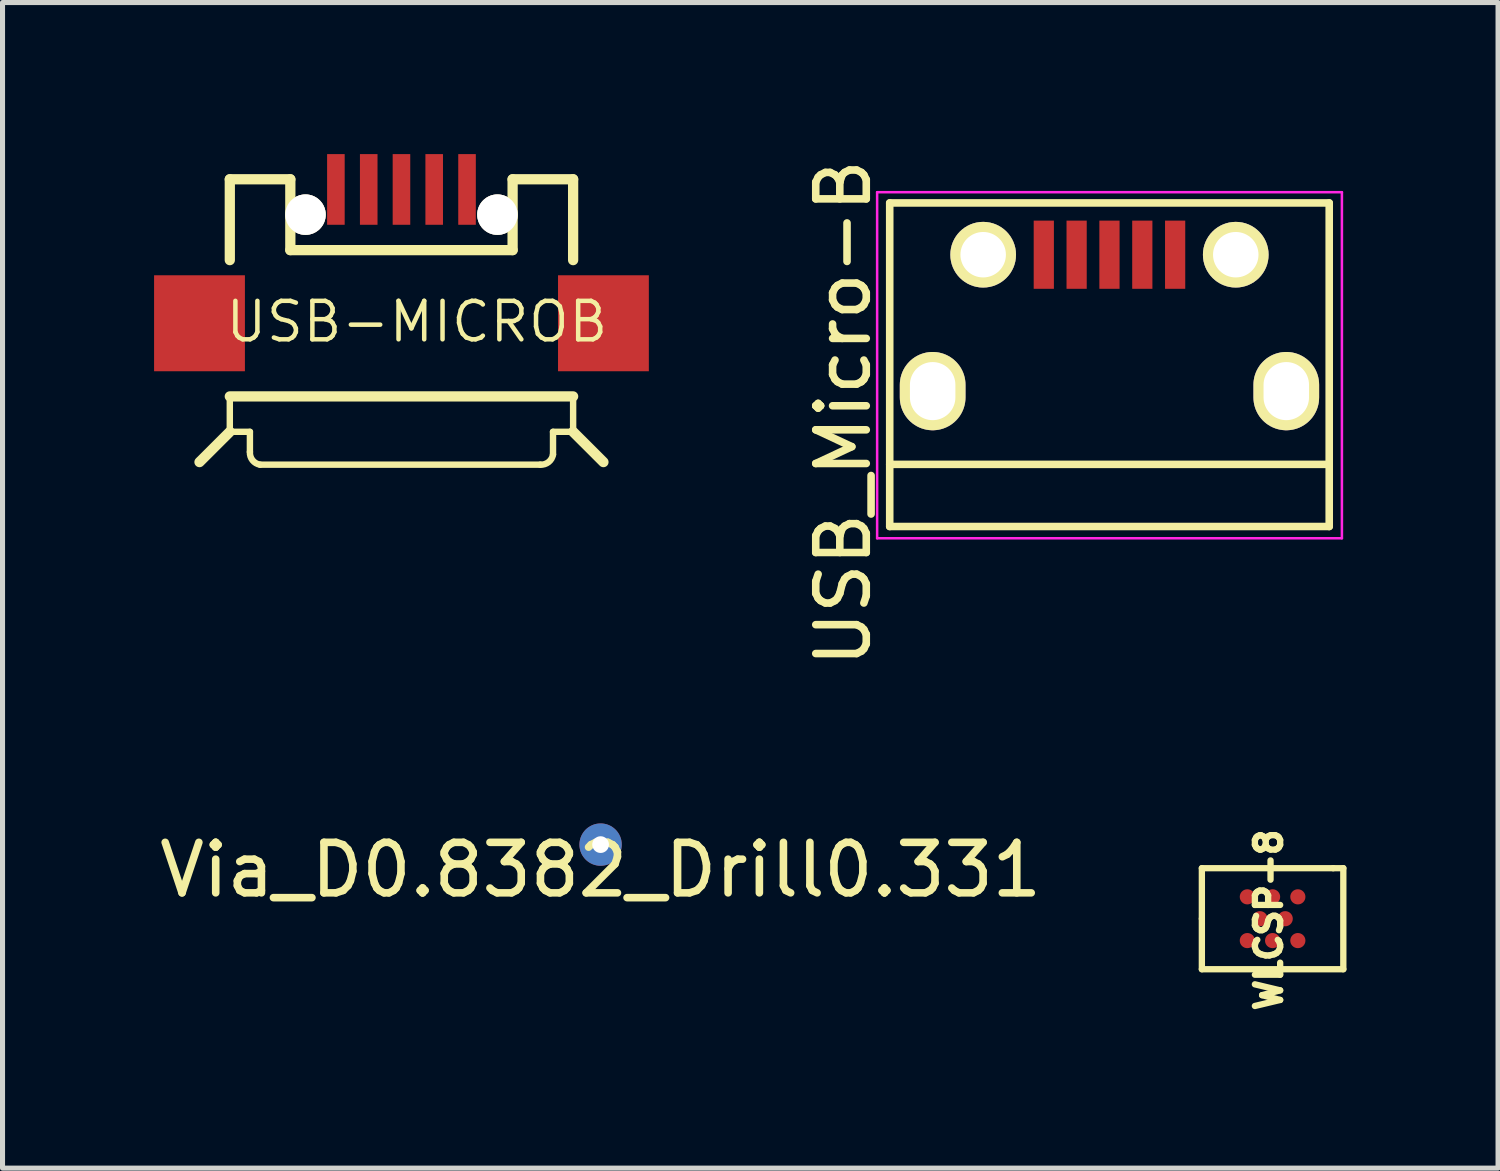
<source format=kicad_pcb>
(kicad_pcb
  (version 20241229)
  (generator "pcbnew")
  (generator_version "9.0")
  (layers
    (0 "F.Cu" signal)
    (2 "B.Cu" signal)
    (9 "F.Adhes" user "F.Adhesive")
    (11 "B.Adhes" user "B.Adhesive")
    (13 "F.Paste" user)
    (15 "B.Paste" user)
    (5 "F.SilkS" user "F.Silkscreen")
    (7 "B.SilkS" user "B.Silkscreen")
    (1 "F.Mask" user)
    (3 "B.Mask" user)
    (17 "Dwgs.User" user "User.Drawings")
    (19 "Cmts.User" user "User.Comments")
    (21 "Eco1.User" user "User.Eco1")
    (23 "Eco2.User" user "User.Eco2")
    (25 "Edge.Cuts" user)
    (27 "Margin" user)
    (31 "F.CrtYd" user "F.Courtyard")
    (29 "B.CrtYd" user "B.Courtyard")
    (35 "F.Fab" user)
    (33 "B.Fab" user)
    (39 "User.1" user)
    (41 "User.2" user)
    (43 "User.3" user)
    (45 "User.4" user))
  (footprint "USB-MICROB"
    (layer "F.Cu")
    (at 4.897 3.349)
    (property "Reference" "USB-MICROB" (at 0.305 -0.03 0) (layer "F.SilkS") (effects (font (size 0.762 0.762) (thickness 0.089))))
    (attr smd)
    (fp_line (start -3.398 -2.85) (end -2.2 -2.85) (stroke (width 0.127) (type solid)) (layer "F.SilkS"))
    (fp_line (start -3.398 -2.85) (end -2.2 -2.85) (stroke (width 0.203) (type solid)) (layer "F.SilkS"))
    (fp_line (start -3.398 -1.25) (end -3.398 -2.85) (stroke (width 0.203) (type solid)) (layer "F.SilkS"))
    (fp_line (start -3.398 1.448) (end 3.398 1.448) (stroke (width 0.127) (type solid)) (layer "F.SilkS"))
    (fp_line (start -3.398 1.448) (end 3.398 1.448) (stroke (width 0.203) (type solid)) (layer "F.SilkS"))
    (fp_line (start -3.398 2.149) (end -3.998 2.748) (stroke (width 0.203) (type solid)) (layer "F.SilkS"))
    (fp_line (start -3.398 2.149) (end -3.398 1.448) (stroke (width 0.127) (type solid)) (layer "F.SilkS"))
    (fp_line (start -3.398 2.149) (end -3 2.149) (stroke (width 0.127) (type solid)) (layer "F.SilkS"))
    (fp_line (start -3 2.149) (end -3 2.548) (stroke (width 0.127) (type solid)) (layer "F.SilkS"))
    (fp_line (start -2.799 2.799) (end 2.748 2.799) (stroke (width 0.127) (type solid)) (layer "F.SilkS"))
    (fp_line (start -2.2 -2.85) (end -2.2 -1.448) (stroke (width 0.203) (type solid)) (layer "F.SilkS"))
    (fp_line (start -2.2 -1.448) (end -2.2 -2.85) (stroke (width 0.127) (type solid)) (layer "F.SilkS"))
    (fp_line (start -2.2 -1.448) (end 2.2 -1.448) (stroke (width 0.127) (type solid)) (layer "F.SilkS"))
    (fp_line (start -2.2 -1.448) (end 2.2 -1.448) (stroke (width 0.203) (type solid)) (layer "F.SilkS"))
    (fp_line (start 2.2 -1.448) (end 2.2 -2.85) (stroke (width 0.127) (type solid)) (layer "F.SilkS"))
    (fp_line (start 2.2 -1.448) (end 2.2 -2.85) (stroke (width 0.203) (type solid)) (layer "F.SilkS"))
    (fp_line (start 3 2.149) (end 3.398 2.149) (stroke (width 0.127) (type solid)) (layer "F.SilkS"))
    (fp_line (start 3 2.598) (end 3 2.149) (stroke (width 0.127) (type solid)) (layer "F.SilkS"))
    (fp_line (start 3.398 -2.85) (end 2.2 -2.85) (stroke (width 0.127) (type solid)) (layer "F.SilkS"))
    (fp_line (start 3.398 -2.85) (end 2.2 -2.85) (stroke (width 0.203) (type solid)) (layer "F.SilkS"))
    (fp_line (start 3.398 -1.25) (end 3.398 -2.85) (stroke (width 0.203) (type solid)) (layer "F.SilkS"))
    (fp_line (start 3.398 1.448) (end 3.398 2.149) (stroke (width 0.127) (type solid)) (layer "F.SilkS"))
    (fp_line (start 3.398 2.149) (end 3.998 2.748) (stroke (width 0.203) (type solid)) (layer "F.SilkS"))
    (fp_arc (start -2.7991 2.7991) (mid -2.948015 2.712122) (end -2.999764 2.547614) (stroke (width 0.127) (type solid)) (layer "F.SilkS"))
    (fp_arc (start 2.9997 2.5984) (mid 2.912722 2.747315) (end 2.748214 2.799064) (stroke (width 0.127) (type solid)) (layer "F.SilkS"))
    (pad "1" smd rect (at -1.298 -2.649 90) (size 1.399 0.348) (layers "F.Cu" "F.Mask" "F.Paste"))
    (pad "2" smd rect (at -0.648 -2.649 90) (size 1.399 0.348) (layers "F.Cu" "F.Mask" "F.Paste"))
    (pad "3" smd rect (at 0 -2.649 90) (size 1.399 0.348) (layers "F.Cu" "F.Mask" "F.Paste"))
    (pad "4" smd rect (at 0.648 -2.649 90) (size 1.399 0.348) (layers "F.Cu" "F.Mask" "F.Paste"))
    (pad "5" smd rect (at 1.298 -2.649 90) (size 1.399 0.348) (layers "F.Cu" "F.Mask" "F.Paste"))
    (pad "MT1" smd rect (at -3.998 0) (size 1.798 1.9) (layers "F.Cu" "F.Mask" "F.Paste"))
    (pad "MT2" smd rect (at 3.998 0) (size 1.798 1.9) (layers "F.Cu" "F.Mask" "F.Paste"))
    (pad "MT3" thru_hole circle (at -1.9 -2.15) (size 0.8 0.8) (drill 0.8) (layers "*.Cu" "*.Mask" "F.SilkS"))
    (pad "MT4" thru_hole circle (at 1.9 -2.15) (size 0.8 0.8) (drill 0.8) (layers "*.Cu" "*.Mask" "F.SilkS")))
  (footprint "WLCSP-8"
    (layer "F.Cu")
    (at 22.141 15.136)
    (property "Reference" "WLCSP-8" (at -0.075 0.025 90) (layer "F.SilkS") (effects (font (size 0.5 0.5) (thickness 0.125))))
    (attr smd)
    (fp_line (start -1.4 -1) (end 1.2 -1) (stroke (width 0.125) (type solid)) (layer "F.SilkS"))
    (fp_line (start -1.4 0) (end -1.4 -1) (stroke (width 0.125) (type solid)) (layer "F.SilkS"))
    (fp_line (start -1.4 1) (end -1.4 0) (stroke (width 0.125) (type solid)) (layer "F.SilkS"))
    (fp_line (start 1.2 -1) (end 1.4 -1) (stroke (width 0.125) (type solid)) (layer "F.SilkS"))
    (fp_line (start 1.4 -1) (end 1.4 1) (stroke (width 0.125) (type solid)) (layer "F.SilkS"))
    (fp_line (start 1.4 1) (end -1.4 1) (stroke (width 0.125) (type solid)) (layer "F.SilkS"))
    (pad "1" smd circle (at -0.5 -0.433) (size 0.3 0.3) (layers "F.Cu" "F.Mask" "F.Paste"))
    (pad "2" smd circle (at 0 -0.433) (size 0.3 0.3) (layers "F.Cu" "F.Mask" "F.Paste"))
    (pad "3" smd circle (at 0.5 -0.433) (size 0.3 0.3) (layers "F.Cu" "F.Mask" "F.Paste"))
    (pad "4" smd circle (at -0.25 0) (size 0.3 0.3) (layers "F.Cu" "F.Mask" "F.Paste"))
    (pad "5" smd circle (at 0.25 0) (size 0.3 0.3) (layers "F.Cu" "F.Mask" "F.Paste"))
    (pad "6" smd circle (at -0.5 0.433) (size 0.3 0.3) (layers "F.Cu" "F.Mask" "F.Paste"))
    (pad "7" smd circle (at 0 0.433) (size 0.3 0.3) (layers "F.Cu" "F.Mask" "F.Paste"))
    (pad "8" smd circle (at 0.5 0.433) (size 0.3 0.3) (layers "F.Cu" "F.Mask" "F.Paste")))
  (footprint "Via_D0.8382_Drill0.331"
    (layer "F.Cu")
    (at 8.839 13.669)
    (property "Reference" "Via_D0.8382_Drill0.331" (at 0 0.5 0) (layer "F.SilkS") (effects (font (size 1 1) (thickness 0.15))))
    (attr through_hole)
    (pad "1" thru_hole circle (at 0 0) (size 0.838 0.838) (drill 0.331) (layers "*.Cu")))
  (footprint "USB_Micro-B"
    (layer "F.Cu")
    (at 18.913 3.555)
    (property "Reference" "USB_Micro-B" (at -5.27 1.57 270) (layer "F.SilkS") (effects (font (size 1 1) (thickness 0.15))))
    (attr smd)
    (fp_line (start -4.351 -2.588) (end 4.349 -2.588) (stroke (width 0.15) (type solid)) (layer "F.SilkS"))
    (fp_line (start -4.351 3.817) (end -4.351 -2.588) (stroke (width 0.15) (type solid)) (layer "F.SilkS"))
    (fp_line (start -4.351 3.817) (end 4.349 3.817) (stroke (width 0.15) (type solid)) (layer "F.SilkS"))
    (fp_line (start 4.349 -2.588) (end 4.349 3.817) (stroke (width 0.15) (type solid)) (layer "F.SilkS"))
    (fp_line (start 4.349 2.587) (end -4.351 2.587) (stroke (width 0.15) (type solid)) (layer "F.SilkS"))
    (fp_line (start -4.6 -2.8) (end 4.6 -2.8) (stroke (width 0.05) (type solid)) (layer "F.CrtYd"))
    (fp_line (start -4.6 4.05) (end -4.6 -2.8) (stroke (width 0.05) (type solid)) (layer "F.CrtYd"))
    (fp_line (start 4.6 -2.8) (end 4.6 4.05) (stroke (width 0.05) (type solid)) (layer "F.CrtYd"))
    (fp_line (start 4.6 4.05) (end -4.6 4.05) (stroke (width 0.05) (type solid)) (layer "F.CrtYd"))
    (pad "1" smd rect (at -1.301 -1.563 90) (size 1.35 0.4) (layers "F.Cu" "F.Mask" "F.Paste"))
    (pad "2" smd rect (at -0.651 -1.563 90) (size 1.35 0.4) (layers "F.Cu" "F.Mask" "F.Paste"))
    (pad "3" smd rect (at -0.001 -1.563 90) (size 1.35 0.4) (layers "F.Cu" "F.Mask" "F.Paste"))
    (pad "4" smd rect (at 0.649 -1.563 90) (size 1.35 0.4) (layers "F.Cu" "F.Mask" "F.Paste"))
    (pad "5" smd rect (at 1.299 -1.563 90) (size 1.35 0.4) (layers "F.Cu" "F.Mask" "F.Paste"))
    (pad "6" thru_hole oval (at -3.501 1.137 90) (size 1.55 1.3) (drill oval 1.15 0.9) (layers "*.Cu" "*.Mask" "F.SilkS"))
    (pad "6" thru_hole oval (at -2.501 -1.563 90) (size 1.3 1.3) (drill 0.9) (layers "*.Cu" "*.Mask" "F.SilkS"))
    (pad "6" thru_hole oval (at 2.499 -1.563 90) (size 1.3 1.3) (drill 0.9) (layers "*.Cu" "*.Mask" "F.SilkS"))
    (pad "6" thru_hole oval (at 3.499 1.137 90) (size 1.55 1.3) (drill oval 1.15 0.9) (layers "*.Cu" "*.Mask" "F.SilkS")))
  (gr_rect
    (start -3 -3)
    (end 26.604 20.073)
    (stroke (width 0.1) (type default))
    (fill no)
    (layer "Edge.Cuts")))
</source>
